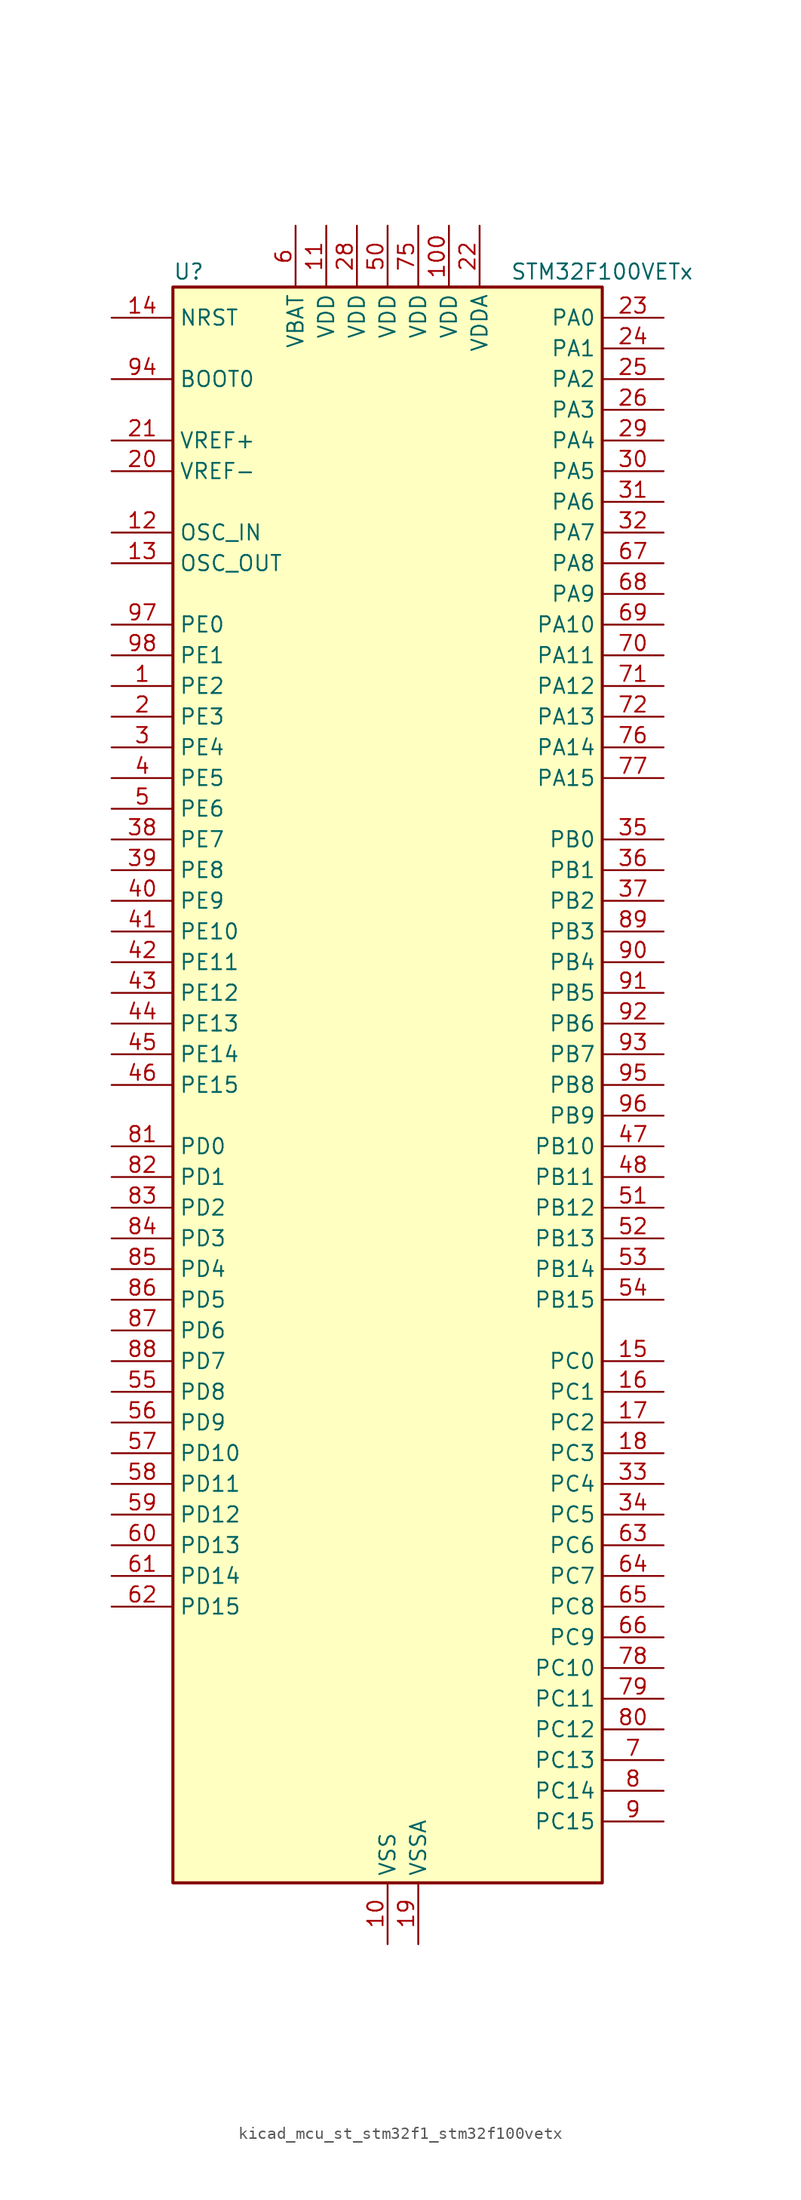
<source format=kicad_sym>
(kicad_symbol_lib
  (version 20220914)
  (generator kicad_symbol_editor)
  (symbol "kicad_mcu_st_stm32f1_stm32f100vetx"
    (property "Reference" "U"
      (at -17.78 67.31 0)
      (effects (font (size 1.27 1.27)) (justify left)))
    (property "Value" "STM32F100VETx"
      (at 10.16 67.31 0)
      (effects (font (size 1.27 1.27)) (justify left)))
    (property "ki_locked" ""
      (at 0 0 0)
      (effects (font (size 1.27 1.27))))
    (symbol "kicad_mcu_st_stm32f1_stm32f100vetx_0_1"
      (rectangle (start -17.78 -66.04) (end 17.78 66.04) (stroke (width 0.254) (type default)) (fill (type background))))
    (symbol "kicad_mcu_st_stm32f1_stm32f100vetx_1_1"
      (pin bidirectional line (at -22.86 33.02 0) (length 5.08) (name "PE2" (effects (font (size 1.27 1.27)))) (number "1" (effects (font (size 1.27 1.27)))) (alternate "FSMC_A23" bidirectional line) (alternate "SYS_TRACECLK" bidirectional line))
      (pin power_in line (at 0 -71.12 90) (length 5.08) (name "VSS" (effects (font (size 1.27 1.27)))) (number "10" (effects (font (size 1.27 1.27)))))
      (pin power_in line (at 5.08 71.12 270) (length 5.08) (name "VDD" (effects (font (size 1.27 1.27)))) (number "100" (effects (font (size 1.27 1.27)))))
      (pin power_in line (at -5.08 71.12 270) (length 5.08) (name "VDD" (effects (font (size 1.27 1.27)))) (number "11" (effects (font (size 1.27 1.27)))))
      (pin input line (at -22.86 45.72 0) (length 5.08) (name "OSC_IN" (effects (font (size 1.27 1.27)))) (number "12" (effects (font (size 1.27 1.27)))) (alternate "RCC_OSC_IN" bidirectional line))
      (pin input line (at -22.86 43.18 0) (length 5.08) (name "OSC_OUT" (effects (font (size 1.27 1.27)))) (number "13" (effects (font (size 1.27 1.27)))) (alternate "RCC_OSC_OUT" bidirectional line))
      (pin input line (at -22.86 63.5 0) (length 5.08) (name "NRST" (effects (font (size 1.27 1.27)))) (number "14" (effects (font (size 1.27 1.27)))))
      (pin bidirectional line (at 22.86 -22.86 180) (length 5.08) (name "PC0" (effects (font (size 1.27 1.27)))) (number "15" (effects (font (size 1.27 1.27)))) (alternate "ADC1_IN10" bidirectional line))
      (pin bidirectional line (at 22.86 -25.4 180) (length 5.08) (name "PC1" (effects (font (size 1.27 1.27)))) (number "16" (effects (font (size 1.27 1.27)))) (alternate "ADC1_IN11" bidirectional line))
      (pin bidirectional line (at 22.86 -27.94 180) (length 5.08) (name "PC2" (effects (font (size 1.27 1.27)))) (number "17" (effects (font (size 1.27 1.27)))) (alternate "ADC1_IN12" bidirectional line))
      (pin bidirectional line (at 22.86 -30.48 180) (length 5.08) (name "PC3" (effects (font (size 1.27 1.27)))) (number "18" (effects (font (size 1.27 1.27)))) (alternate "ADC1_IN13" bidirectional line))
      (pin power_in line (at 2.54 -71.12 90) (length 5.08) (name "VSSA" (effects (font (size 1.27 1.27)))) (number "19" (effects (font (size 1.27 1.27)))))
      (pin bidirectional line (at -22.86 30.48 0) (length 5.08) (name "PE3" (effects (font (size 1.27 1.27)))) (number "2" (effects (font (size 1.27 1.27)))) (alternate "FSMC_A19" bidirectional line) (alternate "SYS_TRACED0" bidirectional line))
      (pin input line (at -22.86 50.8 0) (length 5.08) (name "VREF-" (effects (font (size 1.27 1.27)))) (number "20" (effects (font (size 1.27 1.27)))))
      (pin input line (at -22.86 53.34 0) (length 5.08) (name "VREF+" (effects (font (size 1.27 1.27)))) (number "21" (effects (font (size 1.27 1.27)))))
      (pin power_in line (at 7.62 71.12 270) (length 5.08) (name "VDDA" (effects (font (size 1.27 1.27)))) (number "22" (effects (font (size 1.27 1.27)))))
      (pin bidirectional line (at 22.86 63.5 180) (length 5.08) (name "PA0" (effects (font (size 1.27 1.27)))) (number "23" (effects (font (size 1.27 1.27)))) (alternate "ADC1_IN0" bidirectional line) (alternate "SYS_WKUP" bidirectional line) (alternate "TIM2_CH1" bidirectional line) (alternate "TIM2_ETR" bidirectional line) (alternate "TIM5_CH1" bidirectional line) (alternate "USART2_CTS" bidirectional line))
      (pin bidirectional line (at 22.86 60.96 180) (length 5.08) (name "PA1" (effects (font (size 1.27 1.27)))) (number "24" (effects (font (size 1.27 1.27)))) (alternate "ADC1_IN1" bidirectional line) (alternate "TIM2_CH2" bidirectional line) (alternate "TIM5_CH2" bidirectional line) (alternate "USART2_RTS" bidirectional line))
      (pin bidirectional line (at 22.86 58.42 180) (length 5.08) (name "PA2" (effects (font (size 1.27 1.27)))) (number "25" (effects (font (size 1.27 1.27)))) (alternate "ADC1_IN2" bidirectional line) (alternate "TIM15_CH1" bidirectional line) (alternate "TIM2_CH3" bidirectional line) (alternate "TIM5_CH3" bidirectional line) (alternate "USART2_TX" bidirectional line))
      (pin bidirectional line (at 22.86 55.88 180) (length 5.08) (name "PA3" (effects (font (size 1.27 1.27)))) (number "26" (effects (font (size 1.27 1.27)))) (alternate "ADC1_IN3" bidirectional line) (alternate "TIM15_CH2" bidirectional line) (alternate "TIM2_CH4" bidirectional line) (alternate "TIM5_CH4" bidirectional line) (alternate "USART2_RX" bidirectional line))
      (pin passive line (at 0 -71.12 90) (length 5.08) hide (name "VSS" (effects (font (size 1.27 1.27)))) (number "27" (effects (font (size 1.27 1.27)))))
      (pin power_in line (at -2.54 71.12 270) (length 5.08) (name "VDD" (effects (font (size 1.27 1.27)))) (number "28" (effects (font (size 1.27 1.27)))))
      (pin bidirectional line (at 22.86 53.34 180) (length 5.08) (name "PA4" (effects (font (size 1.27 1.27)))) (number "29" (effects (font (size 1.27 1.27)))) (alternate "ADC1_IN4" bidirectional line) (alternate "DAC_OUT1" bidirectional line) (alternate "SPI1_NSS" bidirectional line) (alternate "USART2_CK" bidirectional line))
      (pin bidirectional line (at -22.86 27.94 0) (length 5.08) (name "PE4" (effects (font (size 1.27 1.27)))) (number "3" (effects (font (size 1.27 1.27)))) (alternate "FSMC_A20" bidirectional line) (alternate "SYS_TRACED1" bidirectional line))
      (pin bidirectional line (at 22.86 50.8 180) (length 5.08) (name "PA5" (effects (font (size 1.27 1.27)))) (number "30" (effects (font (size 1.27 1.27)))) (alternate "ADC1_IN5" bidirectional line) (alternate "DAC_OUT2" bidirectional line) (alternate "SPI1_SCK" bidirectional line))
      (pin bidirectional line (at 22.86 48.26 180) (length 5.08) (name "PA6" (effects (font (size 1.27 1.27)))) (number "31" (effects (font (size 1.27 1.27)))) (alternate "ADC1_IN6" bidirectional line) (alternate "SPI1_MISO" bidirectional line) (alternate "TIM16_CH1" bidirectional line) (alternate "TIM1_BKIN" bidirectional line) (alternate "TIM3_CH1" bidirectional line))
      (pin bidirectional line (at 22.86 45.72 180) (length 5.08) (name "PA7" (effects (font (size 1.27 1.27)))) (number "32" (effects (font (size 1.27 1.27)))) (alternate "ADC1_IN7" bidirectional line) (alternate "SPI1_MOSI" bidirectional line) (alternate "TIM17_CH1" bidirectional line) (alternate "TIM1_CH1N" bidirectional line) (alternate "TIM3_CH2" bidirectional line))
      (pin bidirectional line (at 22.86 -33.02 180) (length 5.08) (name "PC4" (effects (font (size 1.27 1.27)))) (number "33" (effects (font (size 1.27 1.27)))) (alternate "ADC1_IN14" bidirectional line) (alternate "TIM12_CH1" bidirectional line))
      (pin bidirectional line (at 22.86 -35.56 180) (length 5.08) (name "PC5" (effects (font (size 1.27 1.27)))) (number "34" (effects (font (size 1.27 1.27)))) (alternate "ADC1_IN15" bidirectional line) (alternate "TIM12_CH2" bidirectional line))
      (pin bidirectional line (at 22.86 20.32 180) (length 5.08) (name "PB0" (effects (font (size 1.27 1.27)))) (number "35" (effects (font (size 1.27 1.27)))) (alternate "ADC1_IN8" bidirectional line) (alternate "TIM13_CH1" bidirectional line) (alternate "TIM1_CH2N" bidirectional line) (alternate "TIM3_CH3" bidirectional line))
      (pin bidirectional line (at 22.86 17.78 180) (length 5.08) (name "PB1" (effects (font (size 1.27 1.27)))) (number "36" (effects (font (size 1.27 1.27)))) (alternate "ADC1_IN9" bidirectional line) (alternate "TIM14_CH1" bidirectional line) (alternate "TIM1_CH3N" bidirectional line) (alternate "TIM3_CH4" bidirectional line))
      (pin bidirectional line (at 22.86 15.24 180) (length 5.08) (name "PB2" (effects (font (size 1.27 1.27)))) (number "37" (effects (font (size 1.27 1.27)))))
      (pin bidirectional line (at -22.86 20.32 0) (length 5.08) (name "PE7" (effects (font (size 1.27 1.27)))) (number "38" (effects (font (size 1.27 1.27)))) (alternate "FSMC_D4" bidirectional line) (alternate "FSMC_DA4" bidirectional line) (alternate "TIM1_ETR" bidirectional line))
      (pin bidirectional line (at -22.86 17.78 0) (length 5.08) (name "PE8" (effects (font (size 1.27 1.27)))) (number "39" (effects (font (size 1.27 1.27)))) (alternate "FSMC_D5" bidirectional line) (alternate "FSMC_DA5" bidirectional line) (alternate "TIM1_CH1N" bidirectional line))
      (pin bidirectional line (at -22.86 25.4 0) (length 5.08) (name "PE5" (effects (font (size 1.27 1.27)))) (number "4" (effects (font (size 1.27 1.27)))) (alternate "FSMC_A21" bidirectional line) (alternate "SYS_TRACED2" bidirectional line))
      (pin bidirectional line (at -22.86 15.24 0) (length 5.08) (name "PE9" (effects (font (size 1.27 1.27)))) (number "40" (effects (font (size 1.27 1.27)))) (alternate "DAC_EXTI9" bidirectional line) (alternate "FSMC_D6" bidirectional line) (alternate "FSMC_DA6" bidirectional line) (alternate "TIM1_CH1" bidirectional line))
      (pin bidirectional line (at -22.86 12.7 0) (length 5.08) (name "PE10" (effects (font (size 1.27 1.27)))) (number "41" (effects (font (size 1.27 1.27)))) (alternate "FSMC_D7" bidirectional line) (alternate "FSMC_DA7" bidirectional line) (alternate "TIM1_CH2N" bidirectional line))
      (pin bidirectional line (at -22.86 10.16 0) (length 5.08) (name "PE11" (effects (font (size 1.27 1.27)))) (number "42" (effects (font (size 1.27 1.27)))) (alternate "ADC1_EXTI11" bidirectional line) (alternate "FSMC_D8" bidirectional line) (alternate "FSMC_DA8" bidirectional line) (alternate "TIM1_CH2" bidirectional line))
      (pin bidirectional line (at -22.86 7.62 0) (length 5.08) (name "PE12" (effects (font (size 1.27 1.27)))) (number "43" (effects (font (size 1.27 1.27)))) (alternate "FSMC_D9" bidirectional line) (alternate "FSMC_DA9" bidirectional line) (alternate "TIM1_CH3N" bidirectional line))
      (pin bidirectional line (at -22.86 5.08 0) (length 5.08) (name "PE13" (effects (font (size 1.27 1.27)))) (number "44" (effects (font (size 1.27 1.27)))) (alternate "FSMC_D10" bidirectional line) (alternate "FSMC_DA10" bidirectional line) (alternate "TIM1_CH3" bidirectional line))
      (pin bidirectional line (at -22.86 2.54 0) (length 5.08) (name "PE14" (effects (font (size 1.27 1.27)))) (number "45" (effects (font (size 1.27 1.27)))) (alternate "FSMC_D11" bidirectional line) (alternate "FSMC_DA11" bidirectional line) (alternate "TIM1_CH4" bidirectional line))
      (pin bidirectional line (at -22.86 0 0) (length 5.08) (name "PE15" (effects (font (size 1.27 1.27)))) (number "46" (effects (font (size 1.27 1.27)))) (alternate "ADC1_EXTI15" bidirectional line) (alternate "FSMC_D12" bidirectional line) (alternate "FSMC_DA12" bidirectional line) (alternate "TIM1_BKIN" bidirectional line))
      (pin bidirectional line (at 22.86 -5.08 180) (length 5.08) (name "PB10" (effects (font (size 1.27 1.27)))) (number "47" (effects (font (size 1.27 1.27)))) (alternate "CEC" bidirectional line) (alternate "I2C2_SCL" bidirectional line) (alternate "TIM2_CH3" bidirectional line) (alternate "USART3_TX" bidirectional line))
      (pin bidirectional line (at 22.86 -7.62 180) (length 5.08) (name "PB11" (effects (font (size 1.27 1.27)))) (number "48" (effects (font (size 1.27 1.27)))) (alternate "ADC1_EXTI11" bidirectional line) (alternate "I2C2_SDA" bidirectional line) (alternate "TIM2_CH4" bidirectional line) (alternate "USART3_RX" bidirectional line))
      (pin passive line (at 0 -71.12 90) (length 5.08) hide (name "VSS" (effects (font (size 1.27 1.27)))) (number "49" (effects (font (size 1.27 1.27)))))
      (pin bidirectional line (at -22.86 22.86 0) (length 5.08) (name "PE6" (effects (font (size 1.27 1.27)))) (number "5" (effects (font (size 1.27 1.27)))) (alternate "FSMC_A22" bidirectional line) (alternate "SYS_TRACED3" bidirectional line))
      (pin power_in line (at 0 71.12 270) (length 5.08) (name "VDD" (effects (font (size 1.27 1.27)))) (number "50" (effects (font (size 1.27 1.27)))))
      (pin bidirectional line (at 22.86 -10.16 180) (length 5.08) (name "PB12" (effects (font (size 1.27 1.27)))) (number "51" (effects (font (size 1.27 1.27)))) (alternate "I2C2_SMBA" bidirectional line) (alternate "SPI2_NSS" bidirectional line) (alternate "TIM12_CH1" bidirectional line) (alternate "TIM1_BKIN" bidirectional line) (alternate "USART3_CK" bidirectional line))
      (pin bidirectional line (at 22.86 -12.7 180) (length 5.08) (name "PB13" (effects (font (size 1.27 1.27)))) (number "52" (effects (font (size 1.27 1.27)))) (alternate "SPI2_SCK" bidirectional line) (alternate "TIM12_CH2" bidirectional line) (alternate "TIM1_CH1N" bidirectional line) (alternate "USART3_CTS" bidirectional line))
      (pin bidirectional line (at 22.86 -15.24 180) (length 5.08) (name "PB14" (effects (font (size 1.27 1.27)))) (number "53" (effects (font (size 1.27 1.27)))) (alternate "SPI2_MISO" bidirectional line) (alternate "TIM15_CH1" bidirectional line) (alternate "TIM1_CH2N" bidirectional line) (alternate "USART3_RTS" bidirectional line))
      (pin bidirectional line (at 22.86 -17.78 180) (length 5.08) (name "PB15" (effects (font (size 1.27 1.27)))) (number "54" (effects (font (size 1.27 1.27)))) (alternate "ADC1_EXTI15" bidirectional line) (alternate "SPI2_MOSI" bidirectional line) (alternate "TIM15_CH1N" bidirectional line) (alternate "TIM15_CH2" bidirectional line) (alternate "TIM1_CH3N" bidirectional line))
      (pin bidirectional line (at -22.86 -25.4 0) (length 5.08) (name "PD8" (effects (font (size 1.27 1.27)))) (number "55" (effects (font (size 1.27 1.27)))) (alternate "FSMC_D13" bidirectional line) (alternate "FSMC_DA13" bidirectional line) (alternate "USART3_TX" bidirectional line))
      (pin bidirectional line (at -22.86 -27.94 0) (length 5.08) (name "PD9" (effects (font (size 1.27 1.27)))) (number "56" (effects (font (size 1.27 1.27)))) (alternate "DAC_EXTI9" bidirectional line) (alternate "FSMC_D14" bidirectional line) (alternate "FSMC_DA14" bidirectional line) (alternate "USART3_RX" bidirectional line))
      (pin bidirectional line (at -22.86 -30.48 0) (length 5.08) (name "PD10" (effects (font (size 1.27 1.27)))) (number "57" (effects (font (size 1.27 1.27)))) (alternate "FSMC_D15" bidirectional line) (alternate "FSMC_DA15" bidirectional line) (alternate "USART3_CK" bidirectional line))
      (pin bidirectional line (at -22.86 -33.02 0) (length 5.08) (name "PD11" (effects (font (size 1.27 1.27)))) (number "58" (effects (font (size 1.27 1.27)))) (alternate "ADC1_EXTI11" bidirectional line) (alternate "FSMC_A16" bidirectional line) (alternate "USART3_CTS" bidirectional line))
      (pin bidirectional line (at -22.86 -35.56 0) (length 5.08) (name "PD12" (effects (font (size 1.27 1.27)))) (number "59" (effects (font (size 1.27 1.27)))) (alternate "FSMC_A17" bidirectional line) (alternate "TIM4_CH1" bidirectional line) (alternate "USART3_RTS" bidirectional line))
      (pin power_in line (at -7.62 71.12 270) (length 5.08) (name "VBAT" (effects (font (size 1.27 1.27)))) (number "6" (effects (font (size 1.27 1.27)))))
      (pin bidirectional line (at -22.86 -38.1 0) (length 5.08) (name "PD13" (effects (font (size 1.27 1.27)))) (number "60" (effects (font (size 1.27 1.27)))) (alternate "FSMC_A18" bidirectional line) (alternate "TIM4_CH2" bidirectional line))
      (pin bidirectional line (at -22.86 -40.64 0) (length 5.08) (name "PD14" (effects (font (size 1.27 1.27)))) (number "61" (effects (font (size 1.27 1.27)))) (alternate "FSMC_D0" bidirectional line) (alternate "FSMC_DA0" bidirectional line) (alternate "TIM4_CH3" bidirectional line))
      (pin bidirectional line (at -22.86 -43.18 0) (length 5.08) (name "PD15" (effects (font (size 1.27 1.27)))) (number "62" (effects (font (size 1.27 1.27)))) (alternate "ADC1_EXTI15" bidirectional line) (alternate "FSMC_D1" bidirectional line) (alternate "FSMC_DA1" bidirectional line) (alternate "TIM4_CH4" bidirectional line))
      (pin bidirectional line (at 22.86 -38.1 180) (length 5.08) (name "PC6" (effects (font (size 1.27 1.27)))) (number "63" (effects (font (size 1.27 1.27)))) (alternate "TIM3_CH1" bidirectional line))
      (pin bidirectional line (at 22.86 -40.64 180) (length 5.08) (name "PC7" (effects (font (size 1.27 1.27)))) (number "64" (effects (font (size 1.27 1.27)))) (alternate "TIM3_CH2" bidirectional line))
      (pin bidirectional line (at 22.86 -43.18 180) (length 5.08) (name "PC8" (effects (font (size 1.27 1.27)))) (number "65" (effects (font (size 1.27 1.27)))) (alternate "TIM13_CH1" bidirectional line) (alternate "TIM3_CH3" bidirectional line))
      (pin bidirectional line (at 22.86 -45.72 180) (length 5.08) (name "PC9" (effects (font (size 1.27 1.27)))) (number "66" (effects (font (size 1.27 1.27)))) (alternate "DAC_EXTI9" bidirectional line) (alternate "TIM14_CH1" bidirectional line) (alternate "TIM3_CH4" bidirectional line))
      (pin bidirectional line (at 22.86 43.18 180) (length 5.08) (name "PA8" (effects (font (size 1.27 1.27)))) (number "67" (effects (font (size 1.27 1.27)))) (alternate "RCC_MCO" bidirectional line) (alternate "TIM1_CH1" bidirectional line) (alternate "USART1_CK" bidirectional line))
      (pin bidirectional line (at 22.86 40.64 180) (length 5.08) (name "PA9" (effects (font (size 1.27 1.27)))) (number "68" (effects (font (size 1.27 1.27)))) (alternate "DAC_EXTI9" bidirectional line) (alternate "TIM15_BKIN" bidirectional line) (alternate "TIM1_CH2" bidirectional line) (alternate "USART1_TX" bidirectional line))
      (pin bidirectional line (at 22.86 38.1 180) (length 5.08) (name "PA10" (effects (font (size 1.27 1.27)))) (number "69" (effects (font (size 1.27 1.27)))) (alternate "TIM17_BKIN" bidirectional line) (alternate "TIM1_CH3" bidirectional line) (alternate "USART1_RX" bidirectional line))
      (pin bidirectional line (at 22.86 -55.88 180) (length 5.08) (name "PC13" (effects (font (size 1.27 1.27)))) (number "7" (effects (font (size 1.27 1.27)))) (alternate "RTC_OUT" bidirectional line) (alternate "RTC_TAMPER" bidirectional line))
      (pin bidirectional line (at 22.86 35.56 180) (length 5.08) (name "PA11" (effects (font (size 1.27 1.27)))) (number "70" (effects (font (size 1.27 1.27)))) (alternate "ADC1_EXTI11" bidirectional line) (alternate "TIM1_CH4" bidirectional line) (alternate "USART1_CTS" bidirectional line))
      (pin bidirectional line (at 22.86 33.02 180) (length 5.08) (name "PA12" (effects (font (size 1.27 1.27)))) (number "71" (effects (font (size 1.27 1.27)))) (alternate "TIM1_ETR" bidirectional line) (alternate "USART1_RTS" bidirectional line))
      (pin bidirectional line (at 22.86 30.48 180) (length 5.08) (name "PA13" (effects (font (size 1.27 1.27)))) (number "72" (effects (font (size 1.27 1.27)))) (alternate "SYS_JTMS-SWDIO" bidirectional line))
      (pin no_connect line (at -17.78 -66.04 0) (length 5.08) hide (name "NC" (effects (font (size 1.27 1.27)))) (number "73" (effects (font (size 1.27 1.27)))))
      (pin passive line (at 0 -71.12 90) (length 5.08) hide (name "VSS" (effects (font (size 1.27 1.27)))) (number "74" (effects (font (size 1.27 1.27)))))
      (pin power_in line (at 2.54 71.12 270) (length 5.08) (name "VDD" (effects (font (size 1.27 1.27)))) (number "75" (effects (font (size 1.27 1.27)))))
      (pin bidirectional line (at 22.86 27.94 180) (length 5.08) (name "PA14" (effects (font (size 1.27 1.27)))) (number "76" (effects (font (size 1.27 1.27)))) (alternate "SYS_JTCK-SWCLK" bidirectional line))
      (pin bidirectional line (at 22.86 25.4 180) (length 5.08) (name "PA15" (effects (font (size 1.27 1.27)))) (number "77" (effects (font (size 1.27 1.27)))) (alternate "ADC1_EXTI15" bidirectional line) (alternate "SPI1_NSS" bidirectional line) (alternate "SPI3_NSS" bidirectional line) (alternate "SYS_JTDI" bidirectional line) (alternate "TIM2_CH1" bidirectional line) (alternate "TIM2_ETR" bidirectional line))
      (pin bidirectional line (at 22.86 -48.26 180) (length 5.08) (name "PC10" (effects (font (size 1.27 1.27)))) (number "78" (effects (font (size 1.27 1.27)))) (alternate "UART4_TX" bidirectional line) (alternate "USART3_TX" bidirectional line))
      (pin bidirectional line (at 22.86 -50.8 180) (length 5.08) (name "PC11" (effects (font (size 1.27 1.27)))) (number "79" (effects (font (size 1.27 1.27)))) (alternate "ADC1_EXTI11" bidirectional line) (alternate "UART4_RX" bidirectional line) (alternate "USART3_RX" bidirectional line))
      (pin bidirectional line (at 22.86 -58.42 180) (length 5.08) (name "PC14" (effects (font (size 1.27 1.27)))) (number "8" (effects (font (size 1.27 1.27)))) (alternate "RCC_OSC32_IN" bidirectional line))
      (pin bidirectional line (at 22.86 -53.34 180) (length 5.08) (name "PC12" (effects (font (size 1.27 1.27)))) (number "80" (effects (font (size 1.27 1.27)))) (alternate "UART5_TX" bidirectional line) (alternate "USART3_CK" bidirectional line))
      (pin bidirectional line (at -22.86 -5.08 0) (length 5.08) (name "PD0" (effects (font (size 1.27 1.27)))) (number "81" (effects (font (size 1.27 1.27)))) (alternate "FSMC_D2" bidirectional line) (alternate "FSMC_DA2" bidirectional line))
      (pin bidirectional line (at -22.86 -7.62 0) (length 5.08) (name "PD1" (effects (font (size 1.27 1.27)))) (number "82" (effects (font (size 1.27 1.27)))) (alternate "FSMC_D3" bidirectional line) (alternate "FSMC_DA3" bidirectional line))
      (pin bidirectional line (at -22.86 -10.16 0) (length 5.08) (name "PD2" (effects (font (size 1.27 1.27)))) (number "83" (effects (font (size 1.27 1.27)))) (alternate "TIM3_ETR" bidirectional line) (alternate "UART5_RX" bidirectional line))
      (pin bidirectional line (at -22.86 -12.7 0) (length 5.08) (name "PD3" (effects (font (size 1.27 1.27)))) (number "84" (effects (font (size 1.27 1.27)))) (alternate "FSMC_CLK" bidirectional line) (alternate "USART2_CTS" bidirectional line))
      (pin bidirectional line (at -22.86 -15.24 0) (length 5.08) (name "PD4" (effects (font (size 1.27 1.27)))) (number "85" (effects (font (size 1.27 1.27)))) (alternate "FSMC_NOE" bidirectional line) (alternate "USART2_RTS" bidirectional line))
      (pin bidirectional line (at -22.86 -17.78 0) (length 5.08) (name "PD5" (effects (font (size 1.27 1.27)))) (number "86" (effects (font (size 1.27 1.27)))) (alternate "FSMC_NWE" bidirectional line) (alternate "USART2_TX" bidirectional line))
      (pin bidirectional line (at -22.86 -20.32 0) (length 5.08) (name "PD6" (effects (font (size 1.27 1.27)))) (number "87" (effects (font (size 1.27 1.27)))) (alternate "FSMC_NWAIT" bidirectional line) (alternate "USART2_RX" bidirectional line))
      (pin bidirectional line (at -22.86 -22.86 0) (length 5.08) (name "PD7" (effects (font (size 1.27 1.27)))) (number "88" (effects (font (size 1.27 1.27)))) (alternate "FSMC_NE1" bidirectional line) (alternate "USART2_CK" bidirectional line))
      (pin bidirectional line (at 22.86 12.7 180) (length 5.08) (name "PB3" (effects (font (size 1.27 1.27)))) (number "89" (effects (font (size 1.27 1.27)))) (alternate "SPI1_SCK" bidirectional line) (alternate "SPI3_SCK" bidirectional line) (alternate "SYS_JTDO-TRACESWO" bidirectional line) (alternate "TIM2_CH2" bidirectional line))
      (pin bidirectional line (at 22.86 -60.96 180) (length 5.08) (name "PC15" (effects (font (size 1.27 1.27)))) (number "9" (effects (font (size 1.27 1.27)))) (alternate "ADC1_EXTI15" bidirectional line) (alternate "RCC_OSC32_OUT" bidirectional line))
      (pin bidirectional line (at 22.86 10.16 180) (length 5.08) (name "PB4" (effects (font (size 1.27 1.27)))) (number "90" (effects (font (size 1.27 1.27)))) (alternate "SPI1_MISO" bidirectional line) (alternate "SPI3_MISO" bidirectional line) (alternate "SYS_NJTRST" bidirectional line) (alternate "TIM3_CH1" bidirectional line))
      (pin bidirectional line (at 22.86 7.62 180) (length 5.08) (name "PB5" (effects (font (size 1.27 1.27)))) (number "91" (effects (font (size 1.27 1.27)))) (alternate "I2C1_SMBA" bidirectional line) (alternate "SPI1_MOSI" bidirectional line) (alternate "SPI3_MOSI" bidirectional line) (alternate "TIM16_BKIN" bidirectional line) (alternate "TIM3_CH2" bidirectional line))
      (pin bidirectional line (at 22.86 5.08 180) (length 5.08) (name "PB6" (effects (font (size 1.27 1.27)))) (number "92" (effects (font (size 1.27 1.27)))) (alternate "I2C1_SCL" bidirectional line) (alternate "TIM16_CH1N" bidirectional line) (alternate "TIM4_CH1" bidirectional line) (alternate "USART1_TX" bidirectional line))
      (pin bidirectional line (at 22.86 2.54 180) (length 5.08) (name "PB7" (effects (font (size 1.27 1.27)))) (number "93" (effects (font (size 1.27 1.27)))) (alternate "FSMC_NL" bidirectional line) (alternate "I2C1_SDA" bidirectional line) (alternate "TIM17_CH1N" bidirectional line) (alternate "TIM4_CH2" bidirectional line) (alternate "USART1_RX" bidirectional line))
      (pin input line (at -22.86 58.42 0) (length 5.08) (name "BOOT0" (effects (font (size 1.27 1.27)))) (number "94" (effects (font (size 1.27 1.27)))))
      (pin bidirectional line (at 22.86 0 180) (length 5.08) (name "PB8" (effects (font (size 1.27 1.27)))) (number "95" (effects (font (size 1.27 1.27)))) (alternate "CEC" bidirectional line) (alternate "I2C1_SCL" bidirectional line) (alternate "TIM16_CH1" bidirectional line) (alternate "TIM4_CH3" bidirectional line))
      (pin bidirectional line (at 22.86 -2.54 180) (length 5.08) (name "PB9" (effects (font (size 1.27 1.27)))) (number "96" (effects (font (size 1.27 1.27)))) (alternate "DAC_EXTI9" bidirectional line) (alternate "I2C1_SDA" bidirectional line) (alternate "TIM17_CH1" bidirectional line) (alternate "TIM4_CH4" bidirectional line))
      (pin bidirectional line (at -22.86 38.1 0) (length 5.08) (name "PE0" (effects (font (size 1.27 1.27)))) (number "97" (effects (font (size 1.27 1.27)))) (alternate "FSMC_NBL0" bidirectional line) (alternate "TIM4_ETR" bidirectional line))
      (pin bidirectional line (at -22.86 35.56 0) (length 5.08) (name "PE1" (effects (font (size 1.27 1.27)))) (number "98" (effects (font (size 1.27 1.27)))) (alternate "FSMC_NBL1" bidirectional line))
      (pin passive line (at 0 -71.12 90) (length 5.08) hide (name "VSS" (effects (font (size 1.27 1.27)))) (number "99" (effects (font (size 1.27 1.27))))))))
</source>
